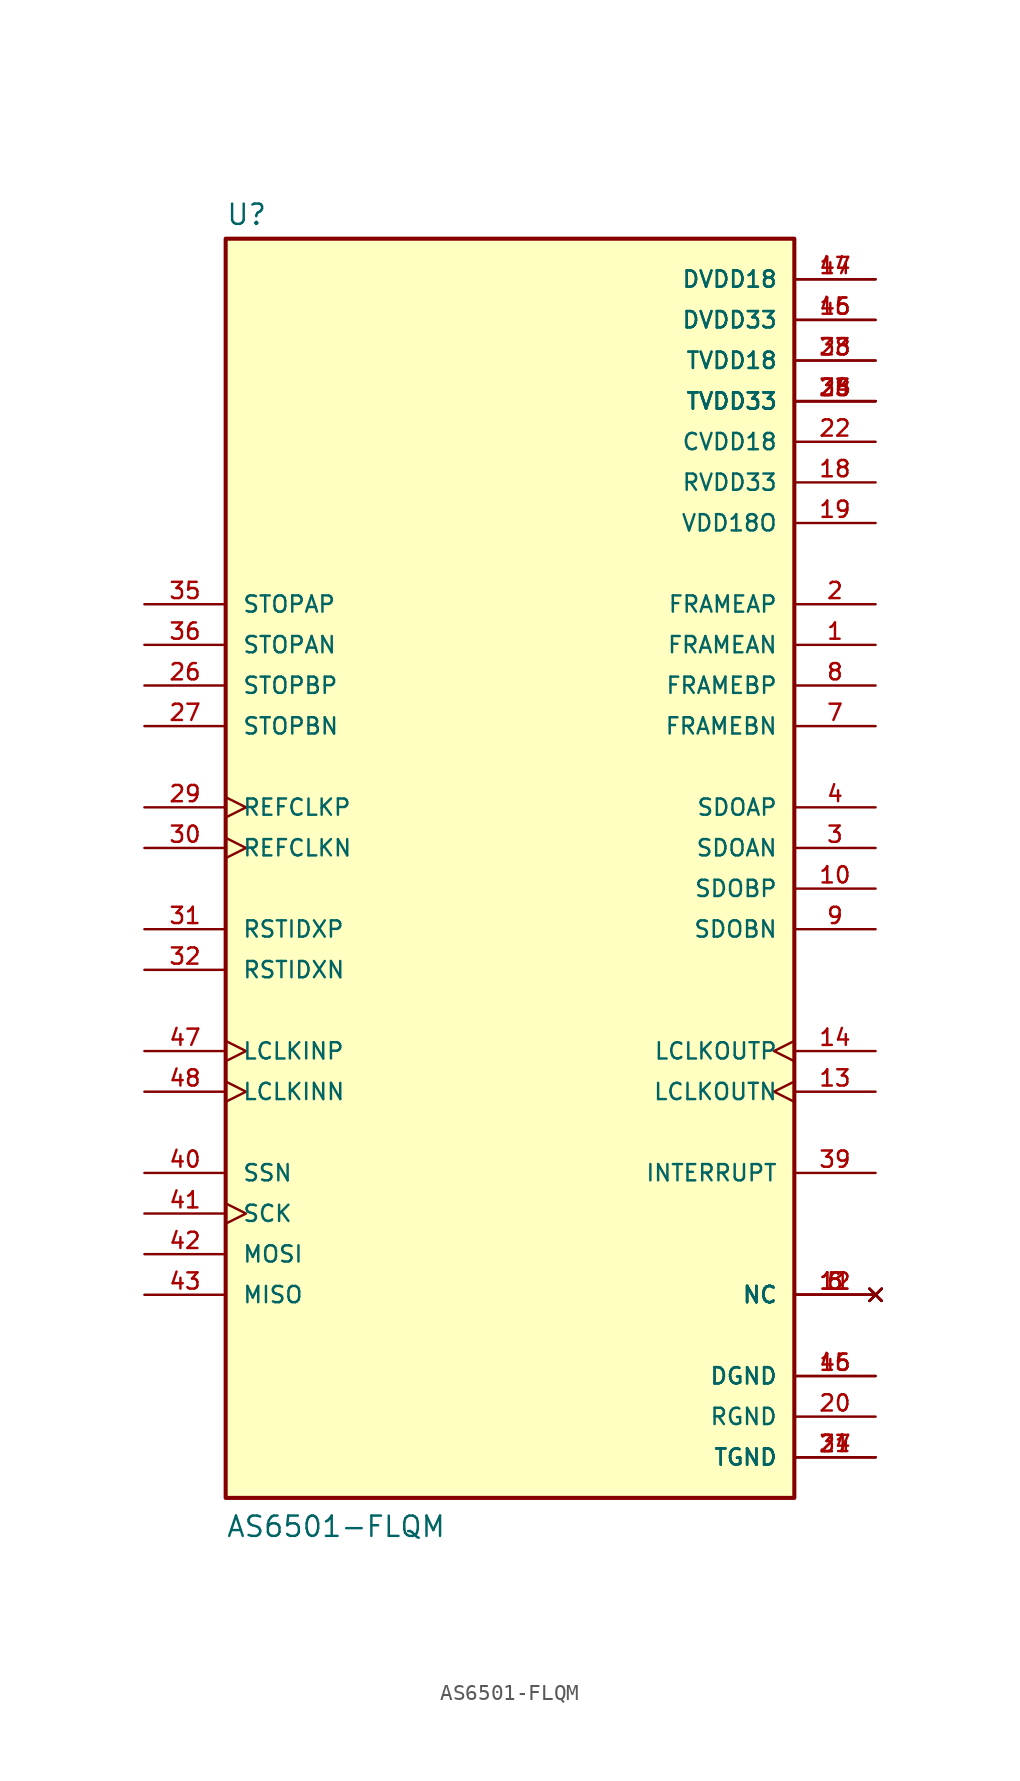
<source format=kicad_sym>
(kicad_symbol_lib
  (version 20211014)
  (generator kicad_symbol_editor)
  (symbol "AS6501-FLQM"
    (pin_names
      (offset 1.016))
    (property "Reference" "U"
      (at -17.78 38.862 0)
      (effects (font (size 1.27 1.27)) (justify bottom left)))
    (property "Value" "AS6501-FLQM"
      (at -17.78 -43.18 0)
      (effects (font (size 1.27 1.27)) (justify bottom left)))
    (symbol "AS6501-FLQM_0_0"
      (rectangle (start -17.78 -40.64) (end 17.78 38.1) (stroke (width 0.254)) (fill (type background)))
      (pin no_connect line (at 22.86 -27.94 180.0) (length 5.08) (name "NC" (effects (font (size 1.016 1.016)))) (number "5" (effects (font (size 1.016 1.016)))))
      (pin no_connect line (at 22.86 -27.94 180.0) (length 5.08) (name "NC" (effects (font (size 1.016 1.016)))) (number "6" (effects (font (size 1.016 1.016)))))
      (pin no_connect line (at 22.86 -27.94 180.0) (length 5.08) (name "NC" (effects (font (size 1.016 1.016)))) (number "11" (effects (font (size 1.016 1.016)))))
      (pin no_connect line (at 22.86 -27.94 180.0) (length 5.08) (name "NC" (effects (font (size 1.016 1.016)))) (number "12" (effects (font (size 1.016 1.016)))))
      (pin power_in line (at 22.86 33.02 180.0) (length 5.08) (name "DVDD33" (effects (font (size 1.016 1.016)))) (number "16" (effects (font (size 1.016 1.016)))))
      (pin power_in line (at 22.86 33.02 180.0) (length 5.08) (name "DVDD33" (effects (font (size 1.016 1.016)))) (number "45" (effects (font (size 1.016 1.016)))))
      (pin output line (at 22.86 0.0 180.0) (length 5.08) (name "SDOAN" (effects (font (size 1.016 1.016)))) (number "3" (effects (font (size 1.016 1.016)))))
      (pin power_in line (at 22.86 -33.02 180.0) (length 5.08) (name "DGND" (effects (font (size 1.016 1.016)))) (number "15" (effects (font (size 1.016 1.016)))))
      (pin power_in line (at 22.86 -33.02 180.0) (length 5.08) (name "DGND" (effects (font (size 1.016 1.016)))) (number "46" (effects (font (size 1.016 1.016)))))
      (pin power_in line (at 22.86 35.56 180.0) (length 5.08) (name "DVDD18" (effects (font (size 1.016 1.016)))) (number "17" (effects (font (size 1.016 1.016)))))
      (pin power_in line (at 22.86 35.56 180.0) (length 5.08) (name "DVDD18" (effects (font (size 1.016 1.016)))) (number "44" (effects (font (size 1.016 1.016)))))
      (pin power_in line (at 22.86 22.86 180.0) (length 5.08) (name "RVDD33" (effects (font (size 1.016 1.016)))) (number "18" (effects (font (size 1.016 1.016)))))
      (pin power_in line (at 22.86 20.32 180.0) (length 5.08) (name "VDD18O" (effects (font (size 1.016 1.016)))) (number "19" (effects (font (size 1.016 1.016)))))
      (pin power_in line (at 22.86 -35.56 180.0) (length 5.08) (name "RGND" (effects (font (size 1.016 1.016)))) (number "20" (effects (font (size 1.016 1.016)))))
      (pin power_in line (at 22.86 25.4 180.0) (length 5.08) (name "CVDD18" (effects (font (size 1.016 1.016)))) (number "22" (effects (font (size 1.016 1.016)))))
      (pin power_in line (at 22.86 30.48 180.0) (length 5.08) (name "TVDD18" (effects (font (size 1.016 1.016)))) (number "23" (effects (font (size 1.016 1.016)))))
      (pin power_in line (at 22.86 30.48 180.0) (length 5.08) (name "TVDD18" (effects (font (size 1.016 1.016)))) (number "38" (effects (font (size 1.016 1.016)))))
      (pin power_in line (at 22.86 27.94 180.0) (length 5.08) (name "TVDD33" (effects (font (size 1.016 1.016)))) (number "25" (effects (font (size 1.016 1.016)))))
      (pin power_in line (at 22.86 27.94 180.0) (length 5.08) (name "TVDD33" (effects (font (size 1.016 1.016)))) (number "28" (effects (font (size 1.016 1.016)))))
      (pin power_in line (at 22.86 27.94 180.0) (length 5.08) (name "TVDD33" (effects (font (size 1.016 1.016)))) (number "33" (effects (font (size 1.016 1.016)))))
      (pin power_in line (at 22.86 27.94 180.0) (length 5.08) (name "TVDD33" (effects (font (size 1.016 1.016)))) (number "34" (effects (font (size 1.016 1.016)))))
      (pin input line (at -22.86 12.7 0) (length 5.08) (name "STOPAN" (effects (font (size 1.016 1.016)))) (number "36" (effects (font (size 1.016 1.016)))))
      (pin input line (at -22.86 15.24 0) (length 5.08) (name "STOPAP" (effects (font (size 1.016 1.016)))) (number "35" (effects (font (size 1.016 1.016)))))
      (pin power_in line (at 22.86 -38.1 180.0) (length 5.08) (name "TGND" (effects (font (size 1.016 1.016)))) (number "21" (effects (font (size 1.016 1.016)))))
      (pin power_in line (at 22.86 -38.1 180.0) (length 5.08) (name "TGND" (effects (font (size 1.016 1.016)))) (number "24" (effects (font (size 1.016 1.016)))))
      (pin power_in line (at 22.86 -38.1 180.0) (length 5.08) (name "TGND" (effects (font (size 1.016 1.016)))) (number "37" (effects (font (size 1.016 1.016)))))
      (pin output line (at 22.86 12.7 180.0) (length 5.08) (name "FRAMEAN" (effects (font (size 1.016 1.016)))) (number "1" (effects (font (size 1.016 1.016)))))
      (pin input line (at -22.86 -7.62 0) (length 5.08) (name "RSTIDXN" (effects (font (size 1.016 1.016)))) (number "32" (effects (font (size 1.016 1.016)))))
      (pin input line (at -22.86 7.62 0) (length 5.08) (name "STOPBN" (effects (font (size 1.016 1.016)))) (number "27" (effects (font (size 1.016 1.016)))))
      (pin input line (at -22.86 10.16 0) (length 5.08) (name "STOPBP" (effects (font (size 1.016 1.016)))) (number "26" (effects (font (size 1.016 1.016)))))
      (pin output line (at 22.86 7.62 180.0) (length 5.08) (name "FRAMEBN" (effects (font (size 1.016 1.016)))) (number "7" (effects (font (size 1.016 1.016)))))
      (pin output line (at 22.86 10.16 180.0) (length 5.08) (name "FRAMEBP" (effects (font (size 1.016 1.016)))) (number "8" (effects (font (size 1.016 1.016)))))
      (pin output line (at 22.86 -20.32 180.0) (length 5.08) (name "INTERRUPT" (effects (font (size 1.016 1.016)))) (number "39" (effects (font (size 1.016 1.016)))))
      (pin input line (at -22.86 -20.32 0) (length 5.08) (name "SSN" (effects (font (size 1.016 1.016)))) (number "40" (effects (font (size 1.016 1.016)))))
      (pin input clock (at -22.86 -22.86 0) (length 5.08) (name "SCK" (effects (font (size 1.016 1.016)))) (number "41" (effects (font (size 1.016 1.016)))))
      (pin bidirectional line (at -22.86 -25.4 0) (length 5.08) (name "MOSI" (effects (font (size 1.016 1.016)))) (number "42" (effects (font (size 1.016 1.016)))))
      (pin bidirectional line (at -22.86 -27.94 0) (length 5.08) (name "MISO" (effects (font (size 1.016 1.016)))) (number "43" (effects (font (size 1.016 1.016)))))
      (pin input line (at -22.86 -5.08 0) (length 5.08) (name "RSTIDXP" (effects (font (size 1.016 1.016)))) (number "31" (effects (font (size 1.016 1.016)))))
      (pin output line (at 22.86 15.24 180.0) (length 5.08) (name "FRAMEAP" (effects (font (size 1.016 1.016)))) (number "2" (effects (font (size 1.016 1.016)))))
      (pin output line (at 22.86 2.54 180.0) (length 5.08) (name "SDOAP" (effects (font (size 1.016 1.016)))) (number "4" (effects (font (size 1.016 1.016)))))
      (pin output line (at 22.86 -5.08 180.0) (length 5.08) (name "SDOBN" (effects (font (size 1.016 1.016)))) (number "9" (effects (font (size 1.016 1.016)))))
      (pin output line (at 22.86 -2.54 180.0) (length 5.08) (name "SDOBP" (effects (font (size 1.016 1.016)))) (number "10" (effects (font (size 1.016 1.016)))))
      (pin output clock (at 22.86 -15.24 180.0) (length 5.08) (name "LCLKOUTN" (effects (font (size 1.016 1.016)))) (number "13" (effects (font (size 1.016 1.016)))))
      (pin output clock (at 22.86 -12.7 180.0) (length 5.08) (name "LCLKOUTP" (effects (font (size 1.016 1.016)))) (number "14" (effects (font (size 1.016 1.016)))))
      (pin input clock (at -22.86 2.54 0) (length 5.08) (name "REFCLKP" (effects (font (size 1.016 1.016)))) (number "29" (effects (font (size 1.016 1.016)))))
      (pin input clock (at -22.86 0.0 0) (length 5.08) (name "REFCLKN" (effects (font (size 1.016 1.016)))) (number "30" (effects (font (size 1.016 1.016)))))
      (pin input clock (at -22.86 -12.7 0) (length 5.08) (name "LCLKINP" (effects (font (size 1.016 1.016)))) (number "47" (effects (font (size 1.016 1.016)))))
      (pin input clock (at -22.86 -15.24 0) (length 5.08) (name "LCLKINN" (effects (font (size 1.016 1.016)))) (number "48" (effects (font (size 1.016 1.016))))))))
</source>
